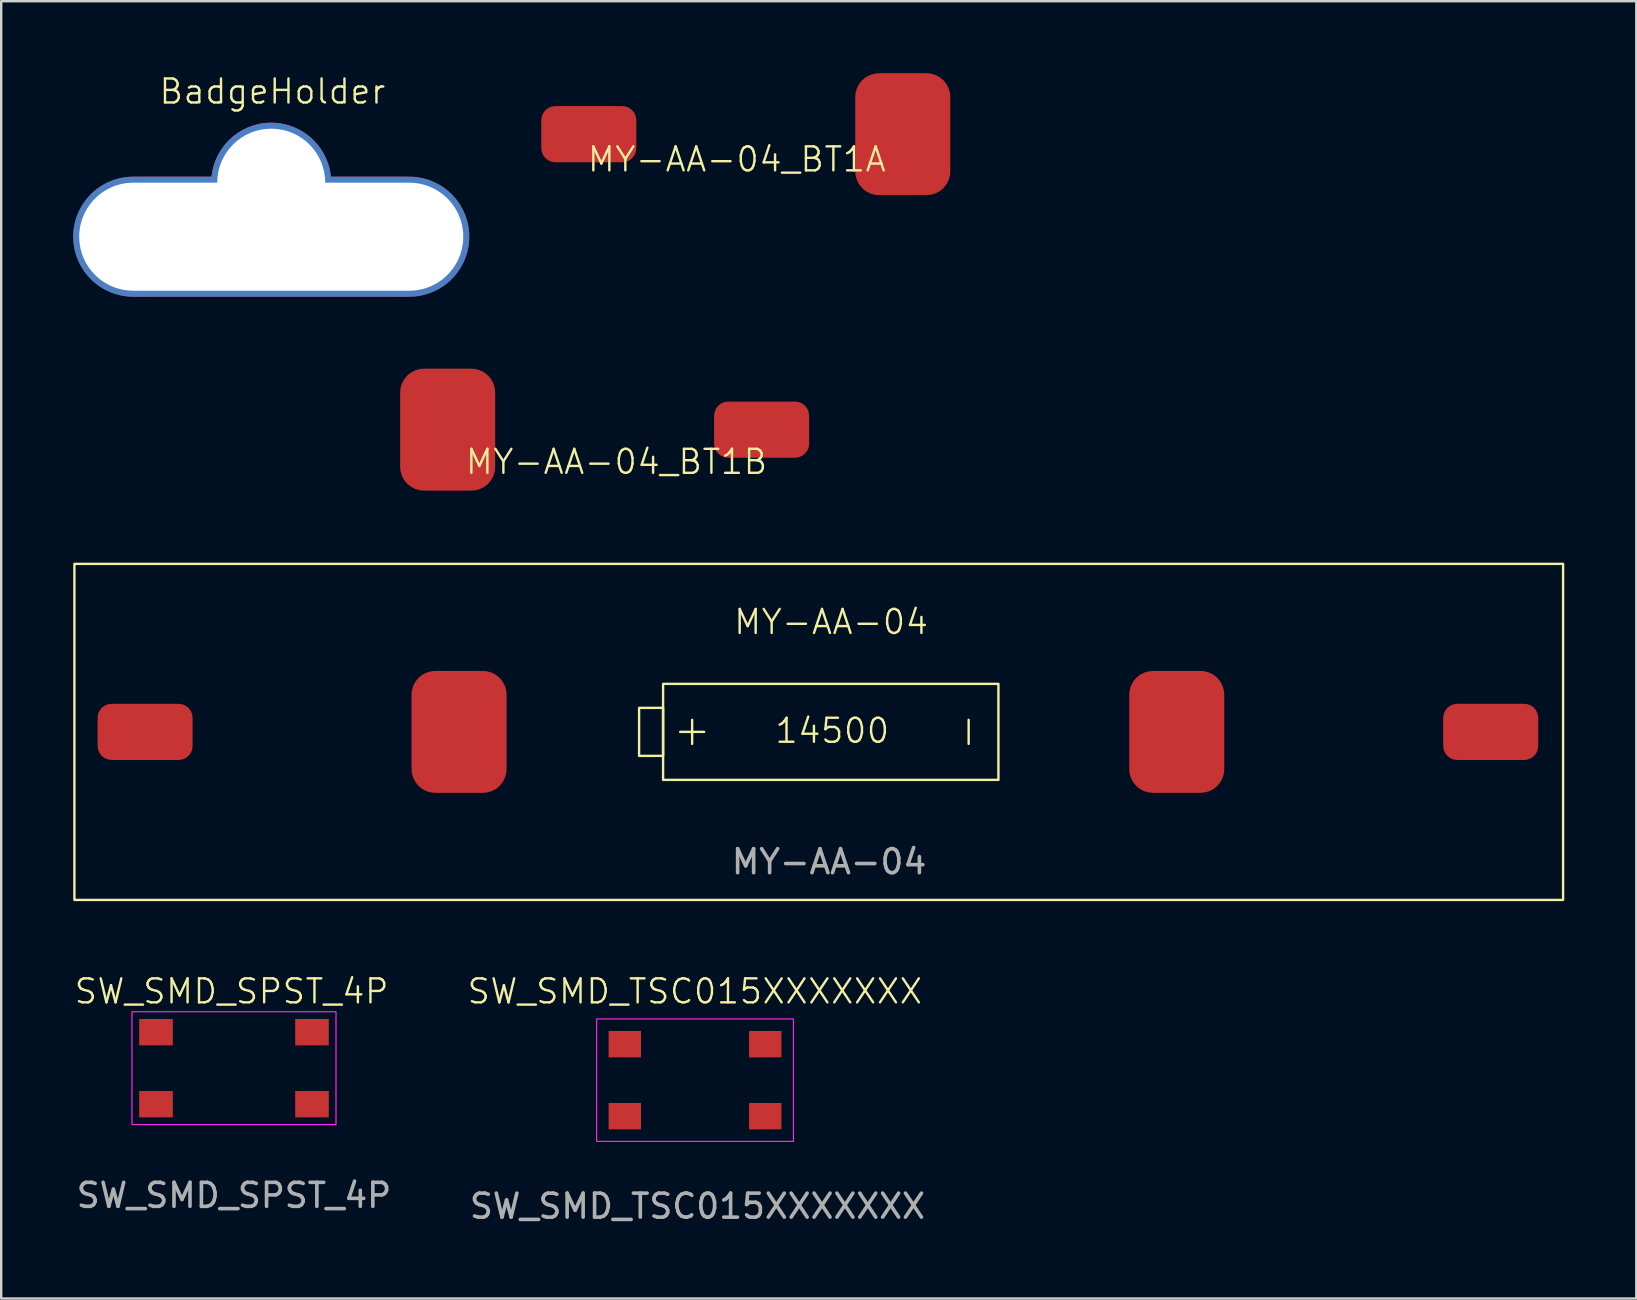
<source format=kicad_pcb>
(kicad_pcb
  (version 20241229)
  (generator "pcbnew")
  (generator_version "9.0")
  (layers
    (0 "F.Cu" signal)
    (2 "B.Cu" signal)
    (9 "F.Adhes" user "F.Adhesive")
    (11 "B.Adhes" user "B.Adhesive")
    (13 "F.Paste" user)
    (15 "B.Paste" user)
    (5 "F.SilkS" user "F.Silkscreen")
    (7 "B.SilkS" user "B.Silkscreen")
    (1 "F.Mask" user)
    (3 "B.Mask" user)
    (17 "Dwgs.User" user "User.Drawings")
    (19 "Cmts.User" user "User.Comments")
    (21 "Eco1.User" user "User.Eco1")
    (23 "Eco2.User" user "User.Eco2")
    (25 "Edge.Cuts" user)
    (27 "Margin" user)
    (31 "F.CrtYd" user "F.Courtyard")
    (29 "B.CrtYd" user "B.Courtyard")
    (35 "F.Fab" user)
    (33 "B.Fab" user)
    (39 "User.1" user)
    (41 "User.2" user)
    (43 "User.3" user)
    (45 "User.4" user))
  (footprint "BadgeHolder"
    (layer "F.Cu")
    (at 8.3 4.561)
    (property "Reference" "BadgeHolder" (at 0 -3.8 0) (unlocked yes) (layer "F.SilkS") (effects (font (size 1 1) (thickness 0.1))))
    (attr through_hole)
    (fp_text user "${REFERENCE}" (at 0 2.5 0) (unlocked yes) (layer "F.Fab") (effects (font (size 1 1) (thickness 0.15))))
    (pad "" thru_hole circle (at -0.05 0) (size 5 5) (drill 4.5) (layers "*.Cu" "*.Mask"))
    (pad "" thru_hole oval (at -0.05 2.25) (size 16.5 5) (drill oval 16 4.5) (layers "*.Cu" "*.Mask")))
  (footprint "SW_SMD_TSC015XXXXXXX"
    (layer "F.Cu")
    (at 25.906 41.951)
    (property "Reference" "SW_SMD_TSC015XXXXXXX" (at -0.01 -3.7 0) (unlocked yes) (layer "F.SilkS") (effects (font (size 1 1) (thickness 0.1))))
    (attr smd)
    (fp_rect (start -4.1 -2.55) (end 4.1 2.55) (stroke (width 0.05) (type default)) (fill no) (layer "F.CrtYd"))
    (fp_text user "${REFERENCE}" (at 0.1 5.25 0) (unlocked yes) (layer "F.Fab") (effects (font (size 1 1) (thickness 0.15))))
    (pad "1" smd rect (at -2.925 -1.5) (size 1.35 1.1) (layers "F.Cu" "F.Mask" "F.Paste"))
    (pad "2" smd rect (at 2.925 -1.5) (size 1.35 1.1) (layers "F.Cu" "F.Mask" "F.Paste"))
    (pad "3" smd rect (at -2.925 1.5) (size 1.35 1.1) (layers "F.Cu" "F.Mask" "F.Paste"))
    (pad "4" smd rect (at 2.925 1.5) (size 1.35 1.1) (layers "F.Cu" "F.Mask" "F.Paste")))
  (footprint "MY-AA-04"
    (layer "F.Cu")
    (at 31.475 27.441)
    (property "Reference" "MY-AA-04" (at 0.1 -4.58 0) (unlocked yes) (layer "F.SilkS") (effects (font (size 1 1) (thickness 0.1))))
    (attr smd)
    (fp_line (start -6.19 0) (end -5.19 0) (stroke (width 0.1) (type default)) (layer "F.SilkS"))
    (fp_line (start -5.69 -0.5) (end -5.69 0.5) (stroke (width 0.1) (type default)) (layer "F.SilkS"))
    (fp_line (start 5.83 -0.5) (end 5.83 0.5) (stroke (width 0.1) (type default)) (layer "F.SilkS"))
    (fp_rect (start -6.9 1) (end -7.9 -1) (stroke (width 0.1) (type default)) (fill no) (layer "F.SilkS"))
    (fp_rect (start 7.07 2) (end -6.9 -2) (stroke (width 0.1) (type default)) (fill no) (layer "F.SilkS"))
    (fp_rect (start 30.595 7) (end -31.425 -7) (stroke (width 0.1) (type default)) (fill no) (layer "F.SilkS"))
    (fp_text user "14500" (at -2.3 0.539 0) (unlocked yes) (layer "F.SilkS") (effects (font (size 1 1) (thickness 0.1)) (justify left bottom)))
    (fp_text user "${REFERENCE}" (at 0.015 5.41 0) (unlocked yes) (layer "F.Fab") (effects (font (size 1 1) (thickness 0.15))))
    (pad "1" smd roundrect (at -28.48 0 180) (size 3.96 2.34) (layers "F.Cu" "F.Mask" "F.Paste") (roundrect_rratio 0.25))
    (pad "1" smd roundrect (at -15.4 0 180) (size 3.96 5.08) (layers "F.Cu" "F.Mask" "F.Paste") (roundrect_rratio 0.25))
    (pad "2" smd roundrect (at 14.5 0) (size 3.96 5.08) (layers "F.Cu" "F.Mask" "F.Paste") (roundrect_rratio 0.25))
    (pad "2" smd roundrect (at 27.58 0) (size 3.96 2.34) (layers "F.Cu" "F.Mask" "F.Paste") (roundrect_rratio 0.25)))
  (footprint "MY-AA-04_BT1A"
    (layer "F.Cu")
    (at 49.11 2.64)
    (property "Reference" "MY-AA-04_BT1A" (at -21.465 0.95 0) (unlocked yes) (layer "F.SilkS") (effects (font (size 1 1) (thickness 0.1))))
    (attr smd)
    (pad "1" smd roundrect (at -27.63 -0.1 180) (size 3.96 2.34) (layers "F.Cu" "F.Mask" "F.Paste") (roundrect_rratio 0.25))
    (pad "1" smd roundrect (at -14.55 -0.1 180) (size 3.96 5.08) (layers "F.Cu" "F.Mask" "F.Paste") (roundrect_rratio 0.25)))
  (footprint "MY-AA-04_BT1B"
    (layer "F.Cu")
    (at 0.25 14.95)
    (property "Reference" "MY-AA-04_BT1B" (at 22.385 1.24 0) (unlocked yes) (layer "F.SilkS") (effects (font (size 1 1) (thickness 0.1))))
    (attr smd)
    (pad "2" smd roundrect (at 15.35 -0.1) (size 3.96 5.08) (layers "F.Cu" "F.Mask" "F.Paste") (roundrect_rratio 0.25))
    (pad "2" smd roundrect (at 28.43 -0.1) (size 3.96 2.34) (layers "F.Cu" "F.Mask" "F.Paste") (roundrect_rratio 0.25)))
  (footprint "SW_SMD_SPST_4P"
    (layer "F.Cu")
    (at 6.598 41.501)
    (property "Reference" "SW_SMD_SPST_4P" (at 0 -3.25 0) (unlocked yes) (layer "F.SilkS") (effects (font (size 1 1) (thickness 0.1))))
    (attr smd)
    (fp_rect (start -4.15 -2.4) (end 4.35 2.3) (stroke (width 0.05) (type default)) (fill no) (layer "F.CrtYd"))
    (fp_text user "${REFERENCE}" (at 0.1 5.25 0) (unlocked yes) (layer "F.Fab") (effects (font (size 1 1) (thickness 0.15))))
    (pad "1" smd rect (at -3.15 -1.55) (size 1.4 1.1) (layers "F.Cu" "F.Mask" "F.Paste"))
    (pad "1" smd rect (at -3.15 1.45) (size 1.4 1.1) (layers "F.Cu" "F.Mask" "F.Paste"))
    (pad "2" smd rect (at 3.35 -1.55) (size 1.4 1.1) (layers "F.Cu" "F.Mask" "F.Paste"))
    (pad "2" smd rect (at 3.35 1.45) (size 1.4 1.1) (layers "F.Cu" "F.Mask" "F.Paste")))
  (gr_rect
    (start -3 -3)
    (end 65.12 51.049)
    (stroke (width 0.1) (type default))
    (fill no)
    (layer "Edge.Cuts")))
</source>
